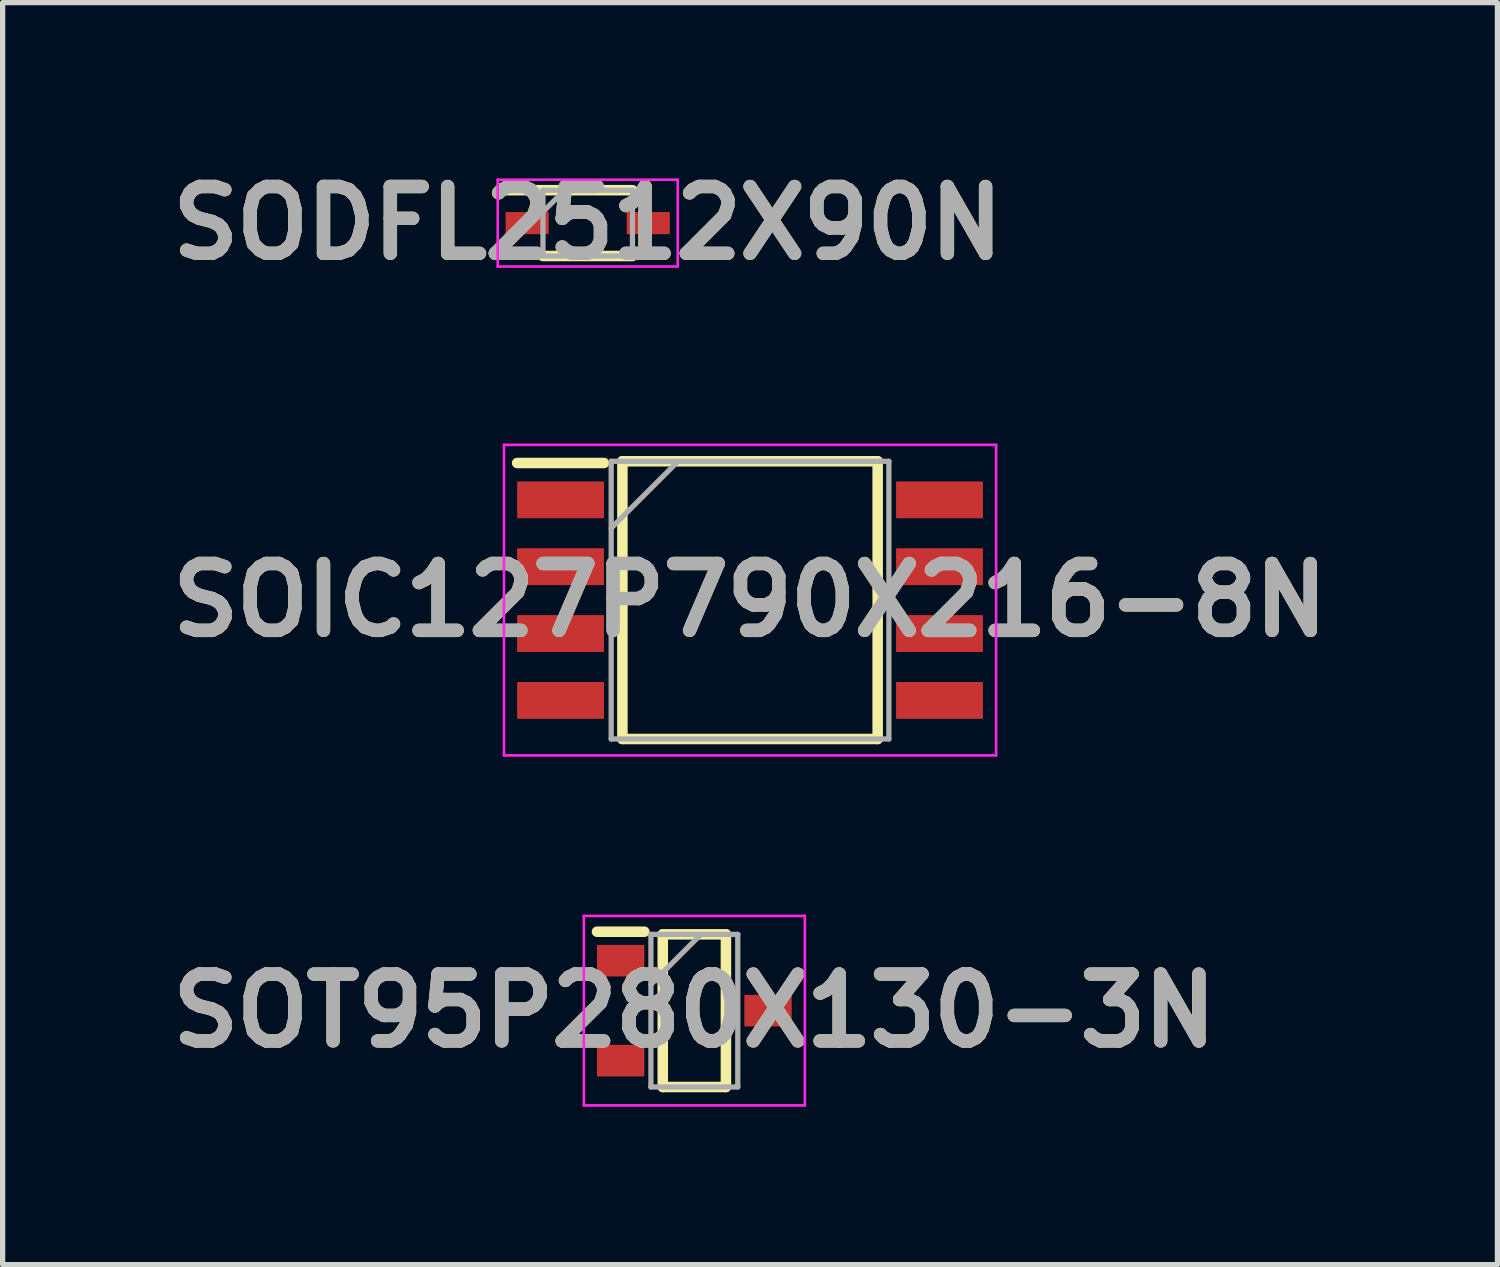
<source format=kicad_pcb>
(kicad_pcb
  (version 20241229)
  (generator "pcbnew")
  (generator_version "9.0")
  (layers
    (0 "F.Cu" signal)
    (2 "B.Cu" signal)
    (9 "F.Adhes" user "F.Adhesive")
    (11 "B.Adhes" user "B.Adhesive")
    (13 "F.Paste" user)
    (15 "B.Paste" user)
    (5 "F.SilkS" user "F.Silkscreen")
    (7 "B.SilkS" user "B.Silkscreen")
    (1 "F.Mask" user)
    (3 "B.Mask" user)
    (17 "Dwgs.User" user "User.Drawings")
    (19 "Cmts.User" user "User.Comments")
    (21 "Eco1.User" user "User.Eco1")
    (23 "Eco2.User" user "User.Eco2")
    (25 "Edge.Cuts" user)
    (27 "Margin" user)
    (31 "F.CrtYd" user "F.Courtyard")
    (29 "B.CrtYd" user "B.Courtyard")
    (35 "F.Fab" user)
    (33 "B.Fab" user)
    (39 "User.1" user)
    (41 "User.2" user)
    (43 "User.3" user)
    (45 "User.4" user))
  (footprint "SOT95P280X130-3N"
    (layer "F.Cu")
    (at 10.142 16.152)
    (property "Reference" "SOT95P280X130-3N" (at 0 0 0) (layer "F.SilkS") (effects (font (size 1.27 1.27) (thickness 0.254))))
    (attr smd)
    (fp_line (start -1.85 -1.5) (end -0.95 -1.5) (stroke (width 0.2) (type solid)) (layer "F.SilkS"))
    (fp_line (start -0.6 -1.45) (end 0.6 -1.45) (stroke (width 0.2) (type solid)) (layer "F.SilkS"))
    (fp_line (start -0.6 1.45) (end -0.6 -1.45) (stroke (width 0.2) (type solid)) (layer "F.SilkS"))
    (fp_line (start 0.6 -1.45) (end 0.6 1.45) (stroke (width 0.2) (type solid)) (layer "F.SilkS"))
    (fp_line (start 0.6 1.45) (end -0.6 1.45) (stroke (width 0.2) (type solid)) (layer "F.SilkS"))
    (fp_line (start -2.1 -1.8) (end 2.1 -1.8) (stroke (width 0.05) (type solid)) (layer "F.CrtYd"))
    (fp_line (start -2.1 1.8) (end -2.1 -1.8) (stroke (width 0.05) (type solid)) (layer "F.CrtYd"))
    (fp_line (start 2.1 -1.8) (end 2.1 1.8) (stroke (width 0.05) (type solid)) (layer "F.CrtYd"))
    (fp_line (start 2.1 1.8) (end -2.1 1.8) (stroke (width 0.05) (type solid)) (layer "F.CrtYd"))
    (fp_line (start -0.825 -1.45) (end 0.825 -1.45) (stroke (width 0.1) (type solid)) (layer "F.Fab"))
    (fp_line (start -0.825 -0.5) (end 0.125 -1.45) (stroke (width 0.1) (type solid)) (layer "F.Fab"))
    (fp_line (start -0.825 1.45) (end -0.825 -1.45) (stroke (width 0.1) (type solid)) (layer "F.Fab"))
    (fp_line (start 0.825 -1.45) (end 0.825 1.45) (stroke (width 0.1) (type solid)) (layer "F.Fab"))
    (fp_line (start 0.825 1.45) (end -0.825 1.45) (stroke (width 0.1) (type solid)) (layer "F.Fab"))
    (fp_text user "${REFERENCE}" (at 0 0 0) (layer "F.Fab") (effects (font (size 1.27 1.27) (thickness 0.254))))
    (pad "1" smd rect (at -1.4 -0.95 90) (size 0.6 0.9) (layers "F.Cu" "F.Mask" "F.Paste"))
    (pad "2" smd rect (at -1.4 0.95 90) (size 0.6 0.9) (layers "F.Cu" "F.Mask" "F.Paste"))
    (pad "3" smd rect (at 1.4 0 90) (size 0.6 0.9) (layers "F.Cu" "F.Mask" "F.Paste")))
  (footprint "SODFL2512X90N"
    (layer "F.Cu")
    (at 8.116 1.189)
    (property "Reference" "SODFL2512X90N" (at 0 0 0) (layer "F.SilkS") (effects (font (size 1.27 1.27) (thickness 0.254))))
    (attr smd)
    (fp_line (start -1.56 -0.625) (end 0.85 -0.625) (stroke (width 0.2) (type solid)) (layer "F.SilkS"))
    (fp_line (start -0.85 0.625) (end 0.85 0.625) (stroke (width 0.2) (type solid)) (layer "F.SilkS"))
    (fp_line (start -1.71 -0.825) (end 1.71 -0.825) (stroke (width 0.05) (type solid)) (layer "F.CrtYd"))
    (fp_line (start -1.71 0.825) (end -1.71 -0.825) (stroke (width 0.05) (type solid)) (layer "F.CrtYd"))
    (fp_line (start 1.71 -0.825) (end 1.71 0.825) (stroke (width 0.05) (type solid)) (layer "F.CrtYd"))
    (fp_line (start 1.71 0.825) (end -1.71 0.825) (stroke (width 0.05) (type solid)) (layer "F.CrtYd"))
    (fp_line (start -0.85 -0.625) (end 0.85 -0.625) (stroke (width 0.1) (type solid)) (layer "F.Fab"))
    (fp_line (start -0.85 -0.215) (end -0.44 -0.625) (stroke (width 0.1) (type solid)) (layer "F.Fab"))
    (fp_line (start -0.85 0.625) (end -0.85 -0.625) (stroke (width 0.1) (type solid)) (layer "F.Fab"))
    (fp_line (start 0.85 -0.625) (end 0.85 0.625) (stroke (width 0.1) (type solid)) (layer "F.Fab"))
    (fp_line (start 0.85 0.625) (end -0.85 0.625) (stroke (width 0.1) (type solid)) (layer "F.Fab"))
    (fp_text user "${REFERENCE}" (at 0 0 0) (layer "F.Fab") (effects (font (size 1.27 1.27) (thickness 0.254))))
    (pad "1" smd rect (at -1.15 0 90) (size 0.42 0.82) (layers "F.Cu" "F.Mask" "F.Paste"))
    (pad "2" smd rect (at 1.15 0 90) (size 0.42 0.82) (layers "F.Cu" "F.Mask" "F.Paste")))
  (footprint "SOIC127P790X216-8N"
    (layer "F.Cu")
    (at 11.2 8.352)
    (property "Reference" "SOIC127P790X216-8N" (at 0 0 0) (layer "F.SilkS") (effects (font (size 1.27 1.27) (thickness 0.254))))
    (attr smd)
    (fp_line (start -4.425 -2.605) (end -2.775 -2.605) (stroke (width 0.2) (type solid)) (layer "F.SilkS"))
    (fp_line (start -2.425 -2.638) (end 2.425 -2.638) (stroke (width 0.2) (type solid)) (layer "F.SilkS"))
    (fp_line (start -2.425 2.638) (end -2.425 -2.638) (stroke (width 0.2) (type solid)) (layer "F.SilkS"))
    (fp_line (start 2.425 -2.638) (end 2.425 2.638) (stroke (width 0.2) (type solid)) (layer "F.SilkS"))
    (fp_line (start 2.425 2.638) (end -2.425 2.638) (stroke (width 0.2) (type solid)) (layer "F.SilkS"))
    (fp_line (start -4.675 -2.95) (end 4.675 -2.95) (stroke (width 0.05) (type solid)) (layer "F.CrtYd"))
    (fp_line (start -4.675 2.95) (end -4.675 -2.95) (stroke (width 0.05) (type solid)) (layer "F.CrtYd"))
    (fp_line (start 4.675 -2.95) (end 4.675 2.95) (stroke (width 0.05) (type solid)) (layer "F.CrtYd"))
    (fp_line (start 4.675 2.95) (end -4.675 2.95) (stroke (width 0.05) (type solid)) (layer "F.CrtYd"))
    (fp_line (start -2.638 -2.638) (end 2.638 -2.638) (stroke (width 0.1) (type solid)) (layer "F.Fab"))
    (fp_line (start -2.638 -1.368) (end -1.368 -2.638) (stroke (width 0.1) (type solid)) (layer "F.Fab"))
    (fp_line (start -2.638 2.638) (end -2.638 -2.638) (stroke (width 0.1) (type solid)) (layer "F.Fab"))
    (fp_line (start 2.638 -2.638) (end 2.638 2.638) (stroke (width 0.1) (type solid)) (layer "F.Fab"))
    (fp_line (start 2.638 2.638) (end -2.638 2.638) (stroke (width 0.1) (type solid)) (layer "F.Fab"))
    (fp_text user "${REFERENCE}" (at 0 0 0) (layer "F.Fab") (effects (font (size 1.27 1.27) (thickness 0.254))))
    (pad "1" smd rect (at -3.6 -1.905 90) (size 0.7 1.65) (layers "F.Cu" "F.Mask" "F.Paste"))
    (pad "2" smd rect (at -3.6 -0.635 90) (size 0.7 1.65) (layers "F.Cu" "F.Mask" "F.Paste"))
    (pad "3" smd rect (at -3.6 0.635 90) (size 0.7 1.65) (layers "F.Cu" "F.Mask" "F.Paste"))
    (pad "4" smd rect (at -3.6 1.905 90) (size 0.7 1.65) (layers "F.Cu" "F.Mask" "F.Paste"))
    (pad "5" smd rect (at 3.6 1.905 90) (size 0.7 1.65) (layers "F.Cu" "F.Mask" "F.Paste"))
    (pad "6" smd rect (at 3.6 0.635 90) (size 0.7 1.65) (layers "F.Cu" "F.Mask" "F.Paste"))
    (pad "7" smd rect (at 3.6 -0.635 90) (size 0.7 1.65) (layers "F.Cu" "F.Mask" "F.Paste"))
    (pad "8" smd rect (at 3.6 -1.905 90) (size 0.7 1.65) (layers "F.Cu" "F.Mask" "F.Paste")))
  (gr_rect
    (start -3 -3)
    (end 25.4 20.977)
    (stroke (width 0.1) (type default))
    (fill no)
    (layer "Edge.Cuts")))
</source>
